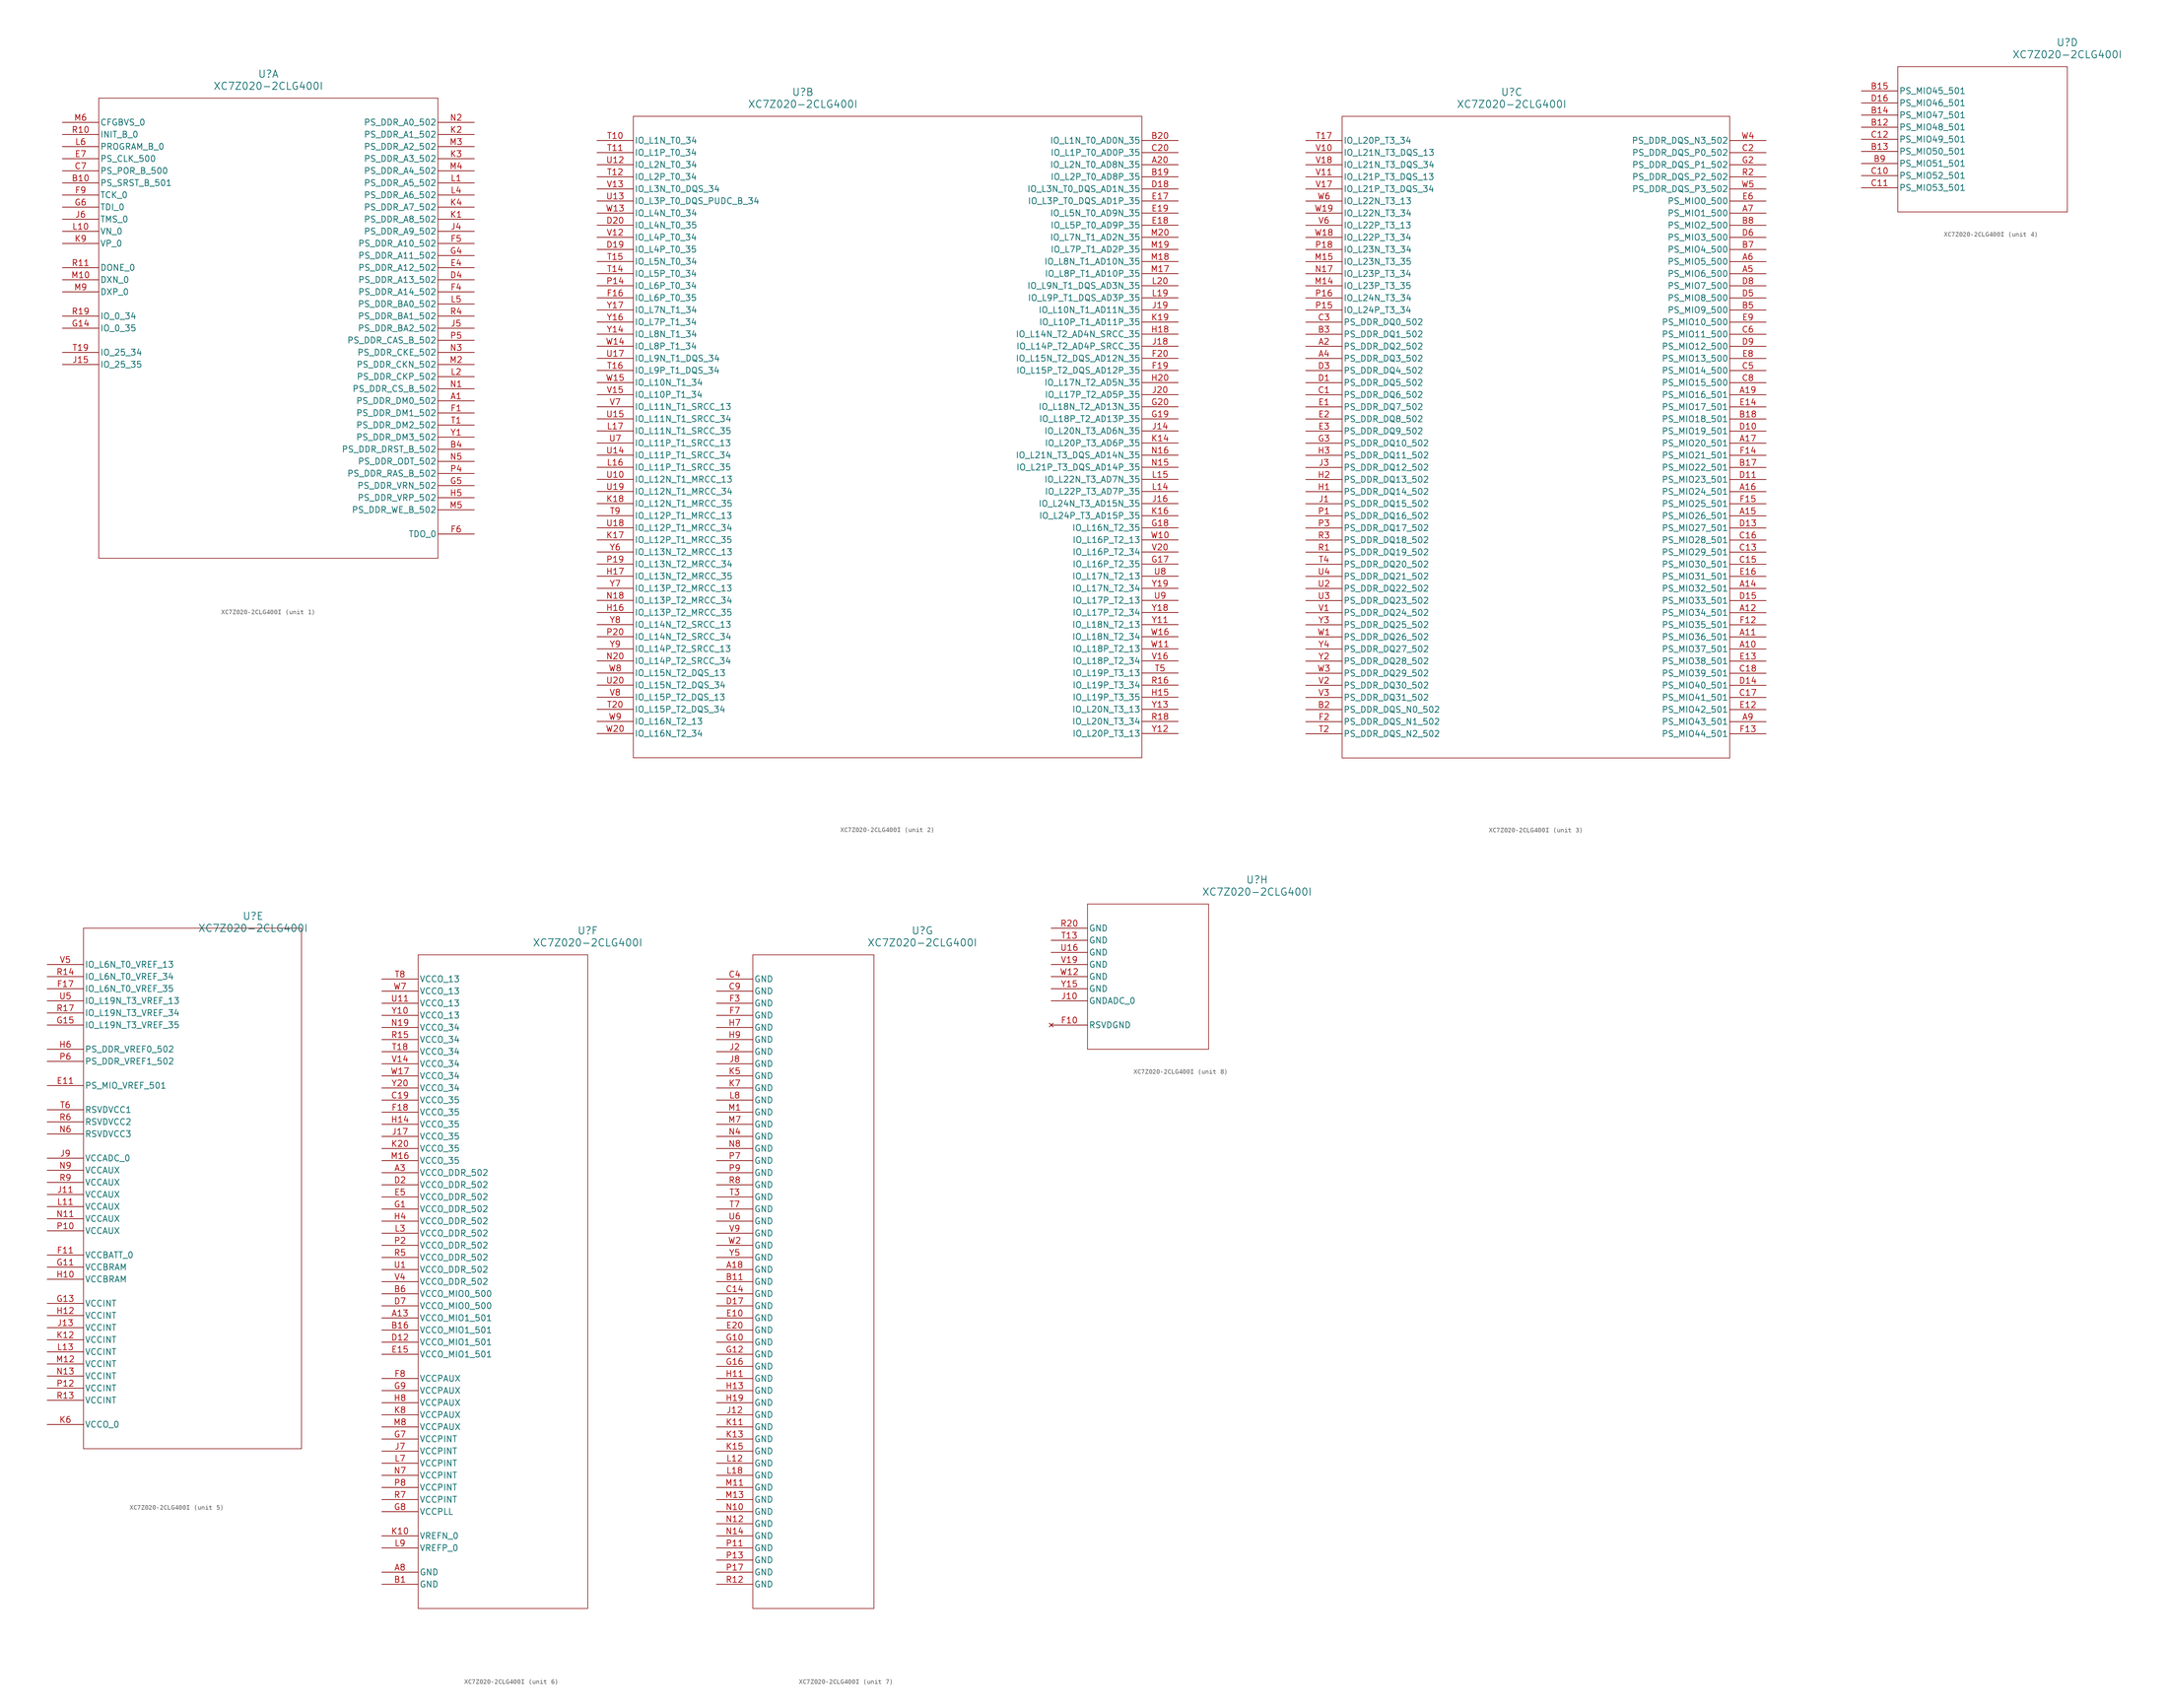
<source format=kicad_sym>
(kicad_symbol_lib
  (version 20211014)
  (generator kicad_symbol_editor)
  (symbol "XC7Z020-2CLG400I"
    (pin_names
      (offset 0.254))
    (property "Reference" "U"
      (at 43.18 10.16 0)
      (effects (font (size 1.524 1.524))))
    (property "Value" "XC7Z020-2CLG400I"
      (at 43.18 7.62 0)
      (effects (font (size 1.524 1.524))))
    (symbol "XC7Z020-2CLG400I_1_1"
      (polyline (pts (xy 7.62 5.08) (xy 7.62 -91.44)) (stroke (width 0.127) (type default) (color 0 0 0 0)) (fill (type none)))
      (polyline (pts (xy 7.62 -91.44) (xy 78.74 -91.44)) (stroke (width 0.127) (type default) (color 0 0 0 0)) (fill (type none)))
      (polyline (pts (xy 78.74 -91.44) (xy 78.74 5.08)) (stroke (width 0.127) (type default) (color 0 0 0 0)) (fill (type none)))
      (polyline (pts (xy 78.74 5.08) (xy 7.62 5.08)) (stroke (width 0.127) (type default) (color 0 0 0 0)) (fill (type none)))
      (pin output line (at 86.36 -58.42 180) (length 7.62) (name "PS_DDR_DM0_502" (effects (font (size 1.27 1.27)))) (number "A1" (effects (font (size 1.27 1.27)))))
      (pin output line (at 86.36 -68.58 180) (length 7.62) (name "PS_DDR_DRST_B_502" (effects (font (size 1.27 1.27)))) (number "B4" (effects (font (size 1.27 1.27)))))
      (pin input line (at 0 -10.16 0) (length 7.62) (name "PS_POR_B_500" (effects (font (size 1.27 1.27)))) (number "C7" (effects (font (size 1.27 1.27)))))
      (pin output line (at 86.36 -33.02 180) (length 7.62) (name "PS_DDR_A13_502" (effects (font (size 1.27 1.27)))) (number "D4" (effects (font (size 1.27 1.27)))))
      (pin output line (at 86.36 -30.48 180) (length 7.62) (name "PS_DDR_A12_502" (effects (font (size 1.27 1.27)))) (number "E4" (effects (font (size 1.27 1.27)))))
      (pin input line (at 0 -7.62 0) (length 7.62) (name "PS_CLK_500" (effects (font (size 1.27 1.27)))) (number "E7" (effects (font (size 1.27 1.27)))))
      (pin output line (at 86.36 -60.96 180) (length 7.62) (name "PS_DDR_DM1_502" (effects (font (size 1.27 1.27)))) (number "F1" (effects (font (size 1.27 1.27)))))
      (pin output line (at 86.36 -35.56 180) (length 7.62) (name "PS_DDR_A14_502" (effects (font (size 1.27 1.27)))) (number "F4" (effects (font (size 1.27 1.27)))))
      (pin output line (at 86.36 -25.4 180) (length 7.62) (name "PS_DDR_A10_502" (effects (font (size 1.27 1.27)))) (number "F5" (effects (font (size 1.27 1.27)))))
      (pin output line (at 86.36 -86.36 180) (length 7.62) (name "TDO_0" (effects (font (size 1.27 1.27)))) (number "F6" (effects (font (size 1.27 1.27)))))
      (pin input line (at 0 -15.24 0) (length 7.62) (name "TCK_0" (effects (font (size 1.27 1.27)))) (number "F9" (effects (font (size 1.27 1.27)))))
      (pin output line (at 86.36 -27.94 180) (length 7.62) (name "PS_DDR_A11_502" (effects (font (size 1.27 1.27)))) (number "G4" (effects (font (size 1.27 1.27)))))
      (pin output line (at 86.36 -76.2 180) (length 7.62) (name "PS_DDR_VRN_502" (effects (font (size 1.27 1.27)))) (number "G5" (effects (font (size 1.27 1.27)))))
      (pin input line (at 0 -17.78 0) (length 7.62) (name "TDI_0" (effects (font (size 1.27 1.27)))) (number "G6" (effects (font (size 1.27 1.27)))))
      (pin output line (at 86.36 -78.74 180) (length 7.62) (name "PS_DDR_VRP_502" (effects (font (size 1.27 1.27)))) (number "H5" (effects (font (size 1.27 1.27)))))
      (pin output line (at 86.36 -22.86 180) (length 7.62) (name "PS_DDR_A9_502" (effects (font (size 1.27 1.27)))) (number "J4" (effects (font (size 1.27 1.27)))))
      (pin output line (at 86.36 -43.18 180) (length 7.62) (name "PS_DDR_BA2_502" (effects (font (size 1.27 1.27)))) (number "J5" (effects (font (size 1.27 1.27)))))
      (pin input line (at 0 -20.32 0) (length 7.62) (name "TMS_0" (effects (font (size 1.27 1.27)))) (number "J6" (effects (font (size 1.27 1.27)))))
      (pin output line (at 86.36 -20.32 180) (length 7.62) (name "PS_DDR_A8_502" (effects (font (size 1.27 1.27)))) (number "K1" (effects (font (size 1.27 1.27)))))
      (pin output line (at 86.36 -2.54 180) (length 7.62) (name "PS_DDR_A1_502" (effects (font (size 1.27 1.27)))) (number "K2" (effects (font (size 1.27 1.27)))))
      (pin output line (at 86.36 -7.62 180) (length 7.62) (name "PS_DDR_A3_502" (effects (font (size 1.27 1.27)))) (number "K3" (effects (font (size 1.27 1.27)))))
      (pin output line (at 86.36 -17.78 180) (length 7.62) (name "PS_DDR_A7_502" (effects (font (size 1.27 1.27)))) (number "K4" (effects (font (size 1.27 1.27)))))
      (pin input line (at 0 -25.4 0) (length 7.62) (name "VP_0" (effects (font (size 1.27 1.27)))) (number "K9" (effects (font (size 1.27 1.27)))))
      (pin output line (at 86.36 -12.7 180) (length 7.62) (name "PS_DDR_A5_502" (effects (font (size 1.27 1.27)))) (number "L1" (effects (font (size 1.27 1.27)))))
      (pin output line (at 86.36 -53.34 180) (length 7.62) (name "PS_DDR_CKP_502" (effects (font (size 1.27 1.27)))) (number "L2" (effects (font (size 1.27 1.27)))))
      (pin output line (at 86.36 -15.24 180) (length 7.62) (name "PS_DDR_A6_502" (effects (font (size 1.27 1.27)))) (number "L4" (effects (font (size 1.27 1.27)))))
      (pin output line (at 86.36 -38.1 180) (length 7.62) (name "PS_DDR_BA0_502" (effects (font (size 1.27 1.27)))) (number "L5" (effects (font (size 1.27 1.27)))))
      (pin input line (at 0 -5.08 0) (length 7.62) (name "PROGRAM_B_0" (effects (font (size 1.27 1.27)))) (number "L6" (effects (font (size 1.27 1.27)))))
      (pin output line (at 86.36 -50.8 180) (length 7.62) (name "PS_DDR_CKN_502" (effects (font (size 1.27 1.27)))) (number "M2" (effects (font (size 1.27 1.27)))))
      (pin output line (at 86.36 -5.08 180) (length 7.62) (name "PS_DDR_A2_502" (effects (font (size 1.27 1.27)))) (number "M3" (effects (font (size 1.27 1.27)))))
      (pin output line (at 86.36 -10.16 180) (length 7.62) (name "PS_DDR_A4_502" (effects (font (size 1.27 1.27)))) (number "M4" (effects (font (size 1.27 1.27)))))
      (pin output line (at 86.36 -81.28 180) (length 7.62) (name "PS_DDR_WE_B_502" (effects (font (size 1.27 1.27)))) (number "M5" (effects (font (size 1.27 1.27)))))
      (pin input line (at 0 0 0) (length 7.62) (name "CFGBVS_0" (effects (font (size 1.27 1.27)))) (number "M6" (effects (font (size 1.27 1.27)))))
      (pin unspecified line (at 0 -35.56 0) (length 7.62) (name "DXP_0" (effects (font (size 1.27 1.27)))) (number "M9" (effects (font (size 1.27 1.27)))))
      (pin output line (at 86.36 -55.88 180) (length 7.62) (name "PS_DDR_CS_B_502" (effects (font (size 1.27 1.27)))) (number "N1" (effects (font (size 1.27 1.27)))))
      (pin output line (at 86.36 0 180) (length 7.62) (name "PS_DDR_A0_502" (effects (font (size 1.27 1.27)))) (number "N2" (effects (font (size 1.27 1.27)))))
      (pin output line (at 86.36 -48.26 180) (length 7.62) (name "PS_DDR_CKE_502" (effects (font (size 1.27 1.27)))) (number "N3" (effects (font (size 1.27 1.27)))))
      (pin output line (at 86.36 -71.12 180) (length 7.62) (name "PS_DDR_ODT_502" (effects (font (size 1.27 1.27)))) (number "N5" (effects (font (size 1.27 1.27)))))
      (pin output line (at 86.36 -73.66 180) (length 7.62) (name "PS_DDR_RAS_B_502" (effects (font (size 1.27 1.27)))) (number "P4" (effects (font (size 1.27 1.27)))))
      (pin output line (at 86.36 -45.72 180) (length 7.62) (name "PS_DDR_CAS_B_502" (effects (font (size 1.27 1.27)))) (number "P5" (effects (font (size 1.27 1.27)))))
      (pin output line (at 86.36 -40.64 180) (length 7.62) (name "PS_DDR_BA1_502" (effects (font (size 1.27 1.27)))) (number "R4" (effects (font (size 1.27 1.27)))))
      (pin output line (at 86.36 -63.5 180) (length 7.62) (name "PS_DDR_DM2_502" (effects (font (size 1.27 1.27)))) (number "T1" (effects (font (size 1.27 1.27)))))
      (pin output line (at 86.36 -66.04 180) (length 7.62) (name "PS_DDR_DM3_502" (effects (font (size 1.27 1.27)))) (number "Y1" (effects (font (size 1.27 1.27)))))
      (pin input line (at 0 -12.7 0) (length 7.62) (name "PS_SRST_B_501" (effects (font (size 1.27 1.27)))) (number "B10" (effects (font (size 1.27 1.27)))))
      (pin bidirectional line (at 0 -43.18 0) (length 7.62) (name "IO_0_35" (effects (font (size 1.27 1.27)))) (number "G14" (effects (font (size 1.27 1.27)))))
      (pin bidirectional line (at 0 -50.8 0) (length 7.62) (name "IO_25_35" (effects (font (size 1.27 1.27)))) (number "J15" (effects (font (size 1.27 1.27)))))
      (pin input line (at 0 -22.86 0) (length 7.62) (name "VN_0" (effects (font (size 1.27 1.27)))) (number "L10" (effects (font (size 1.27 1.27)))))
      (pin unspecified line (at 0 -33.02 0) (length 7.62) (name "DXN_0" (effects (font (size 1.27 1.27)))) (number "M10" (effects (font (size 1.27 1.27)))))
      (pin bidirectional line (at 0 -2.54 0) (length 7.62) (name "INIT_B_0" (effects (font (size 1.27 1.27)))) (number "R10" (effects (font (size 1.27 1.27)))))
      (pin bidirectional line (at 0 -30.48 0) (length 7.62) (name "DONE_0" (effects (font (size 1.27 1.27)))) (number "R11" (effects (font (size 1.27 1.27)))))
      (pin bidirectional line (at 0 -40.64 0) (length 7.62) (name "IO_0_34" (effects (font (size 1.27 1.27)))) (number "R19" (effects (font (size 1.27 1.27)))))
      (pin bidirectional line (at 0 -48.26 0) (length 7.62) (name "IO_25_34" (effects (font (size 1.27 1.27)))) (number "T19" (effects (font (size 1.27 1.27))))))
    (symbol "XC7Z020-2CLG400I_2_1"
      (polyline (pts (xy 7.62 5.08) (xy 7.62 -129.54)) (stroke (width 0.127) (type default) (color 0 0 0 0)) (fill (type none)))
      (polyline (pts (xy 7.62 -129.54) (xy 114.3 -129.54)) (stroke (width 0.127) (type default) (color 0 0 0 0)) (fill (type none)))
      (polyline (pts (xy 114.3 -129.54) (xy 114.3 5.08)) (stroke (width 0.127) (type default) (color 0 0 0 0)) (fill (type none)))
      (polyline (pts (xy 114.3 5.08) (xy 7.62 5.08)) (stroke (width 0.127) (type default) (color 0 0 0 0)) (fill (type none)))
      (pin bidirectional line (at 121.92 -111.76 180) (length 7.62) (name "IO_L19P_T3_13" (effects (font (size 1.27 1.27)))) (number "T5" (effects (font (size 1.27 1.27)))))
      (pin bidirectional line (at 0 -78.74 0) (length 7.62) (name "IO_L12P_T1_MRCC_13" (effects (font (size 1.27 1.27)))) (number "T9" (effects (font (size 1.27 1.27)))))
      (pin bidirectional line (at 0 -63.5 0) (length 7.62) (name "IO_L11P_T1_SRCC_13" (effects (font (size 1.27 1.27)))) (number "U7" (effects (font (size 1.27 1.27)))))
      (pin bidirectional line (at 121.92 -91.44 180) (length 7.62) (name "IO_L17N_T2_13" (effects (font (size 1.27 1.27)))) (number "U8" (effects (font (size 1.27 1.27)))))
      (pin bidirectional line (at 121.92 -96.52 180) (length 7.62) (name "IO_L17P_T2_13" (effects (font (size 1.27 1.27)))) (number "U9" (effects (font (size 1.27 1.27)))))
      (pin bidirectional line (at 0 -55.88 0) (length 7.62) (name "IO_L11N_T1_SRCC_13" (effects (font (size 1.27 1.27)))) (number "V7" (effects (font (size 1.27 1.27)))))
      (pin bidirectional line (at 0 -116.84 0) (length 7.62) (name "IO_L15P_T2_DQS_13" (effects (font (size 1.27 1.27)))) (number "V8" (effects (font (size 1.27 1.27)))))
      (pin bidirectional line (at 0 -111.76 0) (length 7.62) (name "IO_L15N_T2_DQS_13" (effects (font (size 1.27 1.27)))) (number "W8" (effects (font (size 1.27 1.27)))))
      (pin bidirectional line (at 0 -121.92 0) (length 7.62) (name "IO_L16N_T2_13" (effects (font (size 1.27 1.27)))) (number "W9" (effects (font (size 1.27 1.27)))))
      (pin bidirectional line (at 0 -86.36 0) (length 7.62) (name "IO_L13N_T2_MRCC_13" (effects (font (size 1.27 1.27)))) (number "Y6" (effects (font (size 1.27 1.27)))))
      (pin bidirectional line (at 0 -93.98 0) (length 7.62) (name "IO_L13P_T2_MRCC_13" (effects (font (size 1.27 1.27)))) (number "Y7" (effects (font (size 1.27 1.27)))))
      (pin bidirectional line (at 0 -101.6 0) (length 7.62) (name "IO_L14N_T2_SRCC_13" (effects (font (size 1.27 1.27)))) (number "Y8" (effects (font (size 1.27 1.27)))))
      (pin bidirectional line (at 0 -106.68 0) (length 7.62) (name "IO_L14P_T2_SRCC_13" (effects (font (size 1.27 1.27)))) (number "Y9" (effects (font (size 1.27 1.27)))))
      (pin bidirectional line (at 121.92 -5.08 180) (length 7.62) (name "IO_L2N_T0_AD8N_35" (effects (font (size 1.27 1.27)))) (number "A20" (effects (font (size 1.27 1.27)))))
      (pin bidirectional line (at 121.92 -7.62 180) (length 7.62) (name "IO_L2P_T0_AD8P_35" (effects (font (size 1.27 1.27)))) (number "B19" (effects (font (size 1.27 1.27)))))
      (pin bidirectional line (at 121.92 0 180) (length 7.62) (name "IO_L1N_T0_AD0N_35" (effects (font (size 1.27 1.27)))) (number "B20" (effects (font (size 1.27 1.27)))))
      (pin bidirectional line (at 121.92 -2.54 180) (length 7.62) (name "IO_L1P_T0_AD0P_35" (effects (font (size 1.27 1.27)))) (number "C20" (effects (font (size 1.27 1.27)))))
      (pin bidirectional line (at 121.92 -10.16 180) (length 7.62) (name "IO_L3N_T0_DQS_AD1N_35" (effects (font (size 1.27 1.27)))) (number "D18" (effects (font (size 1.27 1.27)))))
      (pin bidirectional line (at 0 -22.86 0) (length 7.62) (name "IO_L4P_T0_35" (effects (font (size 1.27 1.27)))) (number "D19" (effects (font (size 1.27 1.27)))))
      (pin bidirectional line (at 0 -17.78 0) (length 7.62) (name "IO_L4N_T0_35" (effects (font (size 1.27 1.27)))) (number "D20" (effects (font (size 1.27 1.27)))))
      (pin bidirectional line (at 121.92 -12.7 180) (length 7.62) (name "IO_L3P_T0_DQS_AD1P_35" (effects (font (size 1.27 1.27)))) (number "E17" (effects (font (size 1.27 1.27)))))
      (pin bidirectional line (at 121.92 -17.78 180) (length 7.62) (name "IO_L5P_T0_AD9P_35" (effects (font (size 1.27 1.27)))) (number "E18" (effects (font (size 1.27 1.27)))))
      (pin bidirectional line (at 121.92 -15.24 180) (length 7.62) (name "IO_L5N_T0_AD9N_35" (effects (font (size 1.27 1.27)))) (number "E19" (effects (font (size 1.27 1.27)))))
      (pin bidirectional line (at 0 -33.02 0) (length 7.62) (name "IO_L6P_T0_35" (effects (font (size 1.27 1.27)))) (number "F16" (effects (font (size 1.27 1.27)))))
      (pin bidirectional line (at 121.92 -48.26 180) (length 7.62) (name "IO_L15P_T2_DQS_AD12P_35" (effects (font (size 1.27 1.27)))) (number "F19" (effects (font (size 1.27 1.27)))))
      (pin bidirectional line (at 121.92 -45.72 180) (length 7.62) (name "IO_L15N_T2_DQS_AD12N_35" (effects (font (size 1.27 1.27)))) (number "F20" (effects (font (size 1.27 1.27)))))
      (pin bidirectional line (at 121.92 -88.9 180) (length 7.62) (name "IO_L16P_T2_35" (effects (font (size 1.27 1.27)))) (number "G17" (effects (font (size 1.27 1.27)))))
      (pin bidirectional line (at 121.92 -81.28 180) (length 7.62) (name "IO_L16N_T2_35" (effects (font (size 1.27 1.27)))) (number "G18" (effects (font (size 1.27 1.27)))))
      (pin bidirectional line (at 121.92 -58.42 180) (length 7.62) (name "IO_L18P_T2_AD13P_35" (effects (font (size 1.27 1.27)))) (number "G19" (effects (font (size 1.27 1.27)))))
      (pin bidirectional line (at 121.92 -55.88 180) (length 7.62) (name "IO_L18N_T2_AD13N_35" (effects (font (size 1.27 1.27)))) (number "G20" (effects (font (size 1.27 1.27)))))
      (pin bidirectional line (at 121.92 -116.84 180) (length 7.62) (name "IO_L19P_T3_35" (effects (font (size 1.27 1.27)))) (number "H15" (effects (font (size 1.27 1.27)))))
      (pin bidirectional line (at 0 -99.06 0) (length 7.62) (name "IO_L13P_T2_MRCC_35" (effects (font (size 1.27 1.27)))) (number "H16" (effects (font (size 1.27 1.27)))))
      (pin bidirectional line (at 0 -91.44 0) (length 7.62) (name "IO_L13N_T2_MRCC_35" (effects (font (size 1.27 1.27)))) (number "H17" (effects (font (size 1.27 1.27)))))
      (pin bidirectional line (at 121.92 -40.64 180) (length 7.62) (name "IO_L14N_T2_AD4N_SRCC_35" (effects (font (size 1.27 1.27)))) (number "H18" (effects (font (size 1.27 1.27)))))
      (pin bidirectional line (at 121.92 -50.8 180) (length 7.62) (name "IO_L17N_T2_AD5N_35" (effects (font (size 1.27 1.27)))) (number "H20" (effects (font (size 1.27 1.27)))))
      (pin bidirectional line (at 121.92 -60.96 180) (length 7.62) (name "IO_L20N_T3_AD6N_35" (effects (font (size 1.27 1.27)))) (number "J14" (effects (font (size 1.27 1.27)))))
      (pin bidirectional line (at 121.92 -76.2 180) (length 7.62) (name "IO_L24N_T3_AD15N_35" (effects (font (size 1.27 1.27)))) (number "J16" (effects (font (size 1.27 1.27)))))
      (pin bidirectional line (at 121.92 -43.18 180) (length 7.62) (name "IO_L14P_T2_AD4P_SRCC_35" (effects (font (size 1.27 1.27)))) (number "J18" (effects (font (size 1.27 1.27)))))
      (pin bidirectional line (at 121.92 -35.56 180) (length 7.62) (name "IO_L10N_T1_AD11N_35" (effects (font (size 1.27 1.27)))) (number "J19" (effects (font (size 1.27 1.27)))))
      (pin bidirectional line (at 121.92 -53.34 180) (length 7.62) (name "IO_L17P_T2_AD5P_35" (effects (font (size 1.27 1.27)))) (number "J20" (effects (font (size 1.27 1.27)))))
      (pin bidirectional line (at 121.92 -63.5 180) (length 7.62) (name "IO_L20P_T3_AD6P_35" (effects (font (size 1.27 1.27)))) (number "K14" (effects (font (size 1.27 1.27)))))
      (pin bidirectional line (at 121.92 -78.74 180) (length 7.62) (name "IO_L24P_T3_AD15P_35" (effects (font (size 1.27 1.27)))) (number "K16" (effects (font (size 1.27 1.27)))))
      (pin bidirectional line (at 0 -83.82 0) (length 7.62) (name "IO_L12P_T1_MRCC_35" (effects (font (size 1.27 1.27)))) (number "K17" (effects (font (size 1.27 1.27)))))
      (pin bidirectional line (at 0 -76.2 0) (length 7.62) (name "IO_L12N_T1_MRCC_35" (effects (font (size 1.27 1.27)))) (number "K18" (effects (font (size 1.27 1.27)))))
      (pin bidirectional line (at 121.92 -38.1 180) (length 7.62) (name "IO_L10P_T1_AD11P_35" (effects (font (size 1.27 1.27)))) (number "K19" (effects (font (size 1.27 1.27)))))
      (pin bidirectional line (at 121.92 -73.66 180) (length 7.62) (name "IO_L22P_T3_AD7P_35" (effects (font (size 1.27 1.27)))) (number "L14" (effects (font (size 1.27 1.27)))))
      (pin bidirectional line (at 121.92 -71.12 180) (length 7.62) (name "IO_L22N_T3_AD7N_35" (effects (font (size 1.27 1.27)))) (number "L15" (effects (font (size 1.27 1.27)))))
      (pin bidirectional line (at 0 -68.58 0) (length 7.62) (name "IO_L11P_T1_SRCC_35" (effects (font (size 1.27 1.27)))) (number "L16" (effects (font (size 1.27 1.27)))))
      (pin bidirectional line (at 0 -60.96 0) (length 7.62) (name "IO_L11N_T1_SRCC_35" (effects (font (size 1.27 1.27)))) (number "L17" (effects (font (size 1.27 1.27)))))
      (pin bidirectional line (at 121.92 -33.02 180) (length 7.62) (name "IO_L9P_T1_DQS_AD3P_35" (effects (font (size 1.27 1.27)))) (number "L19" (effects (font (size 1.27 1.27)))))
      (pin bidirectional line (at 121.92 -30.48 180) (length 7.62) (name "IO_L9N_T1_DQS_AD3N_35" (effects (font (size 1.27 1.27)))) (number "L20" (effects (font (size 1.27 1.27)))))
      (pin bidirectional line (at 121.92 -27.94 180) (length 7.62) (name "IO_L8P_T1_AD10P_35" (effects (font (size 1.27 1.27)))) (number "M17" (effects (font (size 1.27 1.27)))))
      (pin bidirectional line (at 121.92 -25.4 180) (length 7.62) (name "IO_L8N_T1_AD10N_35" (effects (font (size 1.27 1.27)))) (number "M18" (effects (font (size 1.27 1.27)))))
      (pin bidirectional line (at 121.92 -22.86 180) (length 7.62) (name "IO_L7P_T1_AD2P_35" (effects (font (size 1.27 1.27)))) (number "M19" (effects (font (size 1.27 1.27)))))
      (pin bidirectional line (at 121.92 -20.32 180) (length 7.62) (name "IO_L7N_T1_AD2N_35" (effects (font (size 1.27 1.27)))) (number "M20" (effects (font (size 1.27 1.27)))))
      (pin bidirectional line (at 121.92 -68.58 180) (length 7.62) (name "IO_L21P_T3_DQS_AD14P_35" (effects (font (size 1.27 1.27)))) (number "N15" (effects (font (size 1.27 1.27)))))
      (pin bidirectional line (at 121.92 -66.04 180) (length 7.62) (name "IO_L21N_T3_DQS_AD14N_35" (effects (font (size 1.27 1.27)))) (number "N16" (effects (font (size 1.27 1.27)))))
      (pin bidirectional line (at 0 -96.52 0) (length 7.62) (name "IO_L13P_T2_MRCC_34" (effects (font (size 1.27 1.27)))) (number "N18" (effects (font (size 1.27 1.27)))))
      (pin bidirectional line (at 0 -109.22 0) (length 7.62) (name "IO_L14P_T2_SRCC_34" (effects (font (size 1.27 1.27)))) (number "N20" (effects (font (size 1.27 1.27)))))
      (pin bidirectional line (at 0 -30.48 0) (length 7.62) (name "IO_L6P_T0_34" (effects (font (size 1.27 1.27)))) (number "P14" (effects (font (size 1.27 1.27)))))
      (pin bidirectional line (at 0 -88.9 0) (length 7.62) (name "IO_L13N_T2_MRCC_34" (effects (font (size 1.27 1.27)))) (number "P19" (effects (font (size 1.27 1.27)))))
      (pin bidirectional line (at 0 -104.14 0) (length 7.62) (name "IO_L14N_T2_SRCC_34" (effects (font (size 1.27 1.27)))) (number "P20" (effects (font (size 1.27 1.27)))))
      (pin bidirectional line (at 121.92 -114.3 180) (length 7.62) (name "IO_L19P_T3_34" (effects (font (size 1.27 1.27)))) (number "R16" (effects (font (size 1.27 1.27)))))
      (pin bidirectional line (at 121.92 -121.92 180) (length 7.62) (name "IO_L20N_T3_34" (effects (font (size 1.27 1.27)))) (number "R18" (effects (font (size 1.27 1.27)))))
      (pin bidirectional line (at 0 0 0) (length 7.62) (name "IO_L1N_T0_34" (effects (font (size 1.27 1.27)))) (number "T10" (effects (font (size 1.27 1.27)))))
      (pin bidirectional line (at 0 -2.54 0) (length 7.62) (name "IO_L1P_T0_34" (effects (font (size 1.27 1.27)))) (number "T11" (effects (font (size 1.27 1.27)))))
      (pin bidirectional line (at 0 -7.62 0) (length 7.62) (name "IO_L2P_T0_34" (effects (font (size 1.27 1.27)))) (number "T12" (effects (font (size 1.27 1.27)))))
      (pin bidirectional line (at 0 -27.94 0) (length 7.62) (name "IO_L5P_T0_34" (effects (font (size 1.27 1.27)))) (number "T14" (effects (font (size 1.27 1.27)))))
      (pin bidirectional line (at 0 -25.4 0) (length 7.62) (name "IO_L5N_T0_34" (effects (font (size 1.27 1.27)))) (number "T15" (effects (font (size 1.27 1.27)))))
      (pin bidirectional line (at 0 -48.26 0) (length 7.62) (name "IO_L9P_T1_DQS_34" (effects (font (size 1.27 1.27)))) (number "T16" (effects (font (size 1.27 1.27)))))
      (pin bidirectional line (at 0 -119.38 0) (length 7.62) (name "IO_L15P_T2_DQS_34" (effects (font (size 1.27 1.27)))) (number "T20" (effects (font (size 1.27 1.27)))))
      (pin bidirectional line (at 0 -71.12 0) (length 7.62) (name "IO_L12N_T1_MRCC_13" (effects (font (size 1.27 1.27)))) (number "U10" (effects (font (size 1.27 1.27)))))
      (pin bidirectional line (at 0 -5.08 0) (length 7.62) (name "IO_L2N_T0_34" (effects (font (size 1.27 1.27)))) (number "U12" (effects (font (size 1.27 1.27)))))
      (pin bidirectional line (at 0 -12.7 0) (length 7.62) (name "IO_L3P_T0_DQS_PUDC_B_34" (effects (font (size 1.27 1.27)))) (number "U13" (effects (font (size 1.27 1.27)))))
      (pin bidirectional line (at 0 -66.04 0) (length 7.62) (name "IO_L11P_T1_SRCC_34" (effects (font (size 1.27 1.27)))) (number "U14" (effects (font (size 1.27 1.27)))))
      (pin bidirectional line (at 0 -58.42 0) (length 7.62) (name "IO_L11N_T1_SRCC_34" (effects (font (size 1.27 1.27)))) (number "U15" (effects (font (size 1.27 1.27)))))
      (pin bidirectional line (at 0 -45.72 0) (length 7.62) (name "IO_L9N_T1_DQS_34" (effects (font (size 1.27 1.27)))) (number "U17" (effects (font (size 1.27 1.27)))))
      (pin bidirectional line (at 0 -81.28 0) (length 7.62) (name "IO_L12P_T1_MRCC_34" (effects (font (size 1.27 1.27)))) (number "U18" (effects (font (size 1.27 1.27)))))
      (pin bidirectional line (at 0 -73.66 0) (length 7.62) (name "IO_L12N_T1_MRCC_34" (effects (font (size 1.27 1.27)))) (number "U19" (effects (font (size 1.27 1.27)))))
      (pin bidirectional line (at 0 -114.3 0) (length 7.62) (name "IO_L15N_T2_DQS_34" (effects (font (size 1.27 1.27)))) (number "U20" (effects (font (size 1.27 1.27)))))
      (pin bidirectional line (at 0 -20.32 0) (length 7.62) (name "IO_L4P_T0_34" (effects (font (size 1.27 1.27)))) (number "V12" (effects (font (size 1.27 1.27)))))
      (pin bidirectional line (at 0 -10.16 0) (length 7.62) (name "IO_L3N_T0_DQS_34" (effects (font (size 1.27 1.27)))) (number "V13" (effects (font (size 1.27 1.27)))))
      (pin bidirectional line (at 0 -53.34 0) (length 7.62) (name "IO_L10P_T1_34" (effects (font (size 1.27 1.27)))) (number "V15" (effects (font (size 1.27 1.27)))))
      (pin bidirectional line (at 121.92 -109.22 180) (length 7.62) (name "IO_L18P_T2_34" (effects (font (size 1.27 1.27)))) (number "V16" (effects (font (size 1.27 1.27)))))
      (pin bidirectional line (at 121.92 -86.36 180) (length 7.62) (name "IO_L16P_T2_34" (effects (font (size 1.27 1.27)))) (number "V20" (effects (font (size 1.27 1.27)))))
      (pin bidirectional line (at 121.92 -83.82 180) (length 7.62) (name "IO_L16P_T2_13" (effects (font (size 1.27 1.27)))) (number "W10" (effects (font (size 1.27 1.27)))))
      (pin bidirectional line (at 121.92 -106.68 180) (length 7.62) (name "IO_L18P_T2_13" (effects (font (size 1.27 1.27)))) (number "W11" (effects (font (size 1.27 1.27)))))
      (pin bidirectional line (at 0 -15.24 0) (length 7.62) (name "IO_L4N_T0_34" (effects (font (size 1.27 1.27)))) (number "W13" (effects (font (size 1.27 1.27)))))
      (pin bidirectional line (at 0 -43.18 0) (length 7.62) (name "IO_L8P_T1_34" (effects (font (size 1.27 1.27)))) (number "W14" (effects (font (size 1.27 1.27)))))
      (pin bidirectional line (at 0 -50.8 0) (length 7.62) (name "IO_L10N_T1_34" (effects (font (size 1.27 1.27)))) (number "W15" (effects (font (size 1.27 1.27)))))
      (pin bidirectional line (at 121.92 -104.14 180) (length 7.62) (name "IO_L18N_T2_34" (effects (font (size 1.27 1.27)))) (number "W16" (effects (font (size 1.27 1.27)))))
      (pin bidirectional line (at 0 -124.46 0) (length 7.62) (name "IO_L16N_T2_34" (effects (font (size 1.27 1.27)))) (number "W20" (effects (font (size 1.27 1.27)))))
      (pin bidirectional line (at 121.92 -101.6 180) (length 7.62) (name "IO_L18N_T2_13" (effects (font (size 1.27 1.27)))) (number "Y11" (effects (font (size 1.27 1.27)))))
      (pin bidirectional line (at 121.92 -124.46 180) (length 7.62) (name "IO_L20P_T3_13" (effects (font (size 1.27 1.27)))) (number "Y12" (effects (font (size 1.27 1.27)))))
      (pin bidirectional line (at 121.92 -119.38 180) (length 7.62) (name "IO_L20N_T3_13" (effects (font (size 1.27 1.27)))) (number "Y13" (effects (font (size 1.27 1.27)))))
      (pin bidirectional line (at 0 -40.64 0) (length 7.62) (name "IO_L8N_T1_34" (effects (font (size 1.27 1.27)))) (number "Y14" (effects (font (size 1.27 1.27)))))
      (pin bidirectional line (at 0 -38.1 0) (length 7.62) (name "IO_L7P_T1_34" (effects (font (size 1.27 1.27)))) (number "Y16" (effects (font (size 1.27 1.27)))))
      (pin bidirectional line (at 0 -35.56 0) (length 7.62) (name "IO_L7N_T1_34" (effects (font (size 1.27 1.27)))) (number "Y17" (effects (font (size 1.27 1.27)))))
      (pin bidirectional line (at 121.92 -99.06 180) (length 7.62) (name "IO_L17P_T2_34" (effects (font (size 1.27 1.27)))) (number "Y18" (effects (font (size 1.27 1.27)))))
      (pin bidirectional line (at 121.92 -93.98 180) (length 7.62) (name "IO_L17N_T2_34" (effects (font (size 1.27 1.27)))) (number "Y19" (effects (font (size 1.27 1.27))))))
    (symbol "XC7Z020-2CLG400I_3_1"
      (polyline (pts (xy 7.62 5.08) (xy 7.62 -129.54)) (stroke (width 0.127) (type default) (color 0 0 0 0)) (fill (type none)))
      (polyline (pts (xy 7.62 -129.54) (xy 88.9 -129.54)) (stroke (width 0.127) (type default) (color 0 0 0 0)) (fill (type none)))
      (polyline (pts (xy 88.9 -129.54) (xy 88.9 5.08)) (stroke (width 0.127) (type default) (color 0 0 0 0)) (fill (type none)))
      (polyline (pts (xy 88.9 5.08) (xy 7.62 5.08)) (stroke (width 0.127) (type default) (color 0 0 0 0)) (fill (type none)))
      (pin bidirectional line (at 0 -43.18 0) (length 7.62) (name "PS_DDR_DQ2_502" (effects (font (size 1.27 1.27)))) (number "A2" (effects (font (size 1.27 1.27)))))
      (pin bidirectional line (at 0 -45.72 0) (length 7.62) (name "PS_DDR_DQ3_502" (effects (font (size 1.27 1.27)))) (number "A4" (effects (font (size 1.27 1.27)))))
      (pin bidirectional line (at 96.52 -27.94 180) (length 7.62) (name "PS_MIO6_500" (effects (font (size 1.27 1.27)))) (number "A5" (effects (font (size 1.27 1.27)))))
      (pin bidirectional line (at 96.52 -25.4 180) (length 7.62) (name "PS_MIO5_500" (effects (font (size 1.27 1.27)))) (number "A6" (effects (font (size 1.27 1.27)))))
      (pin bidirectional line (at 96.52 -15.24 180) (length 7.62) (name "PS_MIO1_500" (effects (font (size 1.27 1.27)))) (number "A7" (effects (font (size 1.27 1.27)))))
      (pin bidirectional line (at 96.52 -121.92 180) (length 7.62) (name "PS_MIO43_501" (effects (font (size 1.27 1.27)))) (number "A9" (effects (font (size 1.27 1.27)))))
      (pin bidirectional line (at 0 -119.38 0) (length 7.62) (name "PS_DDR_DQS_N0_502" (effects (font (size 1.27 1.27)))) (number "B2" (effects (font (size 1.27 1.27)))))
      (pin bidirectional line (at 0 -40.64 0) (length 7.62) (name "PS_DDR_DQ1_502" (effects (font (size 1.27 1.27)))) (number "B3" (effects (font (size 1.27 1.27)))))
      (pin bidirectional line (at 96.52 -35.56 180) (length 7.62) (name "PS_MIO9_500" (effects (font (size 1.27 1.27)))) (number "B5" (effects (font (size 1.27 1.27)))))
      (pin bidirectional line (at 96.52 -22.86 180) (length 7.62) (name "PS_MIO4_500" (effects (font (size 1.27 1.27)))) (number "B7" (effects (font (size 1.27 1.27)))))
      (pin bidirectional line (at 96.52 -17.78 180) (length 7.62) (name "PS_MIO2_500" (effects (font (size 1.27 1.27)))) (number "B8" (effects (font (size 1.27 1.27)))))
      (pin bidirectional line (at 0 -53.34 0) (length 7.62) (name "PS_DDR_DQ6_502" (effects (font (size 1.27 1.27)))) (number "C1" (effects (font (size 1.27 1.27)))))
      (pin bidirectional line (at 96.52 -2.54 180) (length 7.62) (name "PS_DDR_DQS_P0_502" (effects (font (size 1.27 1.27)))) (number "C2" (effects (font (size 1.27 1.27)))))
      (pin bidirectional line (at 0 -38.1 0) (length 7.62) (name "PS_DDR_DQ0_502" (effects (font (size 1.27 1.27)))) (number "C3" (effects (font (size 1.27 1.27)))))
      (pin bidirectional line (at 96.52 -48.26 180) (length 7.62) (name "PS_MIO14_500" (effects (font (size 1.27 1.27)))) (number "C5" (effects (font (size 1.27 1.27)))))
      (pin bidirectional line (at 96.52 -40.64 180) (length 7.62) (name "PS_MIO11_500" (effects (font (size 1.27 1.27)))) (number "C6" (effects (font (size 1.27 1.27)))))
      (pin bidirectional line (at 96.52 -50.8 180) (length 7.62) (name "PS_MIO15_500" (effects (font (size 1.27 1.27)))) (number "C8" (effects (font (size 1.27 1.27)))))
      (pin bidirectional line (at 0 -50.8 0) (length 7.62) (name "PS_DDR_DQ5_502" (effects (font (size 1.27 1.27)))) (number "D1" (effects (font (size 1.27 1.27)))))
      (pin bidirectional line (at 0 -48.26 0) (length 7.62) (name "PS_DDR_DQ4_502" (effects (font (size 1.27 1.27)))) (number "D3" (effects (font (size 1.27 1.27)))))
      (pin bidirectional line (at 96.52 -33.02 180) (length 7.62) (name "PS_MIO8_500" (effects (font (size 1.27 1.27)))) (number "D5" (effects (font (size 1.27 1.27)))))
      (pin bidirectional line (at 96.52 -20.32 180) (length 7.62) (name "PS_MIO3_500" (effects (font (size 1.27 1.27)))) (number "D6" (effects (font (size 1.27 1.27)))))
      (pin bidirectional line (at 96.52 -30.48 180) (length 7.62) (name "PS_MIO7_500" (effects (font (size 1.27 1.27)))) (number "D8" (effects (font (size 1.27 1.27)))))
      (pin bidirectional line (at 96.52 -43.18 180) (length 7.62) (name "PS_MIO12_500" (effects (font (size 1.27 1.27)))) (number "D9" (effects (font (size 1.27 1.27)))))
      (pin bidirectional line (at 0 -55.88 0) (length 7.62) (name "PS_DDR_DQ7_502" (effects (font (size 1.27 1.27)))) (number "E1" (effects (font (size 1.27 1.27)))))
      (pin bidirectional line (at 0 -58.42 0) (length 7.62) (name "PS_DDR_DQ8_502" (effects (font (size 1.27 1.27)))) (number "E2" (effects (font (size 1.27 1.27)))))
      (pin bidirectional line (at 0 -60.96 0) (length 7.62) (name "PS_DDR_DQ9_502" (effects (font (size 1.27 1.27)))) (number "E3" (effects (font (size 1.27 1.27)))))
      (pin bidirectional line (at 96.52 -12.7 180) (length 7.62) (name "PS_MIO0_500" (effects (font (size 1.27 1.27)))) (number "E6" (effects (font (size 1.27 1.27)))))
      (pin bidirectional line (at 96.52 -45.72 180) (length 7.62) (name "PS_MIO13_500" (effects (font (size 1.27 1.27)))) (number "E8" (effects (font (size 1.27 1.27)))))
      (pin bidirectional line (at 96.52 -38.1 180) (length 7.62) (name "PS_MIO10_500" (effects (font (size 1.27 1.27)))) (number "E9" (effects (font (size 1.27 1.27)))))
      (pin bidirectional line (at 0 -121.92 0) (length 7.62) (name "PS_DDR_DQS_N1_502" (effects (font (size 1.27 1.27)))) (number "F2" (effects (font (size 1.27 1.27)))))
      (pin bidirectional line (at 96.52 -5.08 180) (length 7.62) (name "PS_DDR_DQS_P1_502" (effects (font (size 1.27 1.27)))) (number "G2" (effects (font (size 1.27 1.27)))))
      (pin bidirectional line (at 0 -63.5 0) (length 7.62) (name "PS_DDR_DQ10_502" (effects (font (size 1.27 1.27)))) (number "G3" (effects (font (size 1.27 1.27)))))
      (pin bidirectional line (at 0 -73.66 0) (length 7.62) (name "PS_DDR_DQ14_502" (effects (font (size 1.27 1.27)))) (number "H1" (effects (font (size 1.27 1.27)))))
      (pin bidirectional line (at 0 -71.12 0) (length 7.62) (name "PS_DDR_DQ13_502" (effects (font (size 1.27 1.27)))) (number "H2" (effects (font (size 1.27 1.27)))))
      (pin bidirectional line (at 0 -66.04 0) (length 7.62) (name "PS_DDR_DQ11_502" (effects (font (size 1.27 1.27)))) (number "H3" (effects (font (size 1.27 1.27)))))
      (pin bidirectional line (at 0 -76.2 0) (length 7.62) (name "PS_DDR_DQ15_502" (effects (font (size 1.27 1.27)))) (number "J1" (effects (font (size 1.27 1.27)))))
      (pin bidirectional line (at 0 -68.58 0) (length 7.62) (name "PS_DDR_DQ12_502" (effects (font (size 1.27 1.27)))) (number "J3" (effects (font (size 1.27 1.27)))))
      (pin bidirectional line (at 0 -78.74 0) (length 7.62) (name "PS_DDR_DQ16_502" (effects (font (size 1.27 1.27)))) (number "P1" (effects (font (size 1.27 1.27)))))
      (pin bidirectional line (at 0 -81.28 0) (length 7.62) (name "PS_DDR_DQ17_502" (effects (font (size 1.27 1.27)))) (number "P3" (effects (font (size 1.27 1.27)))))
      (pin bidirectional line (at 0 -86.36 0) (length 7.62) (name "PS_DDR_DQ19_502" (effects (font (size 1.27 1.27)))) (number "R1" (effects (font (size 1.27 1.27)))))
      (pin bidirectional line (at 96.52 -7.62 180) (length 7.62) (name "PS_DDR_DQS_P2_502" (effects (font (size 1.27 1.27)))) (number "R2" (effects (font (size 1.27 1.27)))))
      (pin bidirectional line (at 0 -83.82 0) (length 7.62) (name "PS_DDR_DQ18_502" (effects (font (size 1.27 1.27)))) (number "R3" (effects (font (size 1.27 1.27)))))
      (pin bidirectional line (at 0 -124.46 0) (length 7.62) (name "PS_DDR_DQS_N2_502" (effects (font (size 1.27 1.27)))) (number "T2" (effects (font (size 1.27 1.27)))))
      (pin bidirectional line (at 0 -88.9 0) (length 7.62) (name "PS_DDR_DQ20_502" (effects (font (size 1.27 1.27)))) (number "T4" (effects (font (size 1.27 1.27)))))
      (pin bidirectional line (at 0 -93.98 0) (length 7.62) (name "PS_DDR_DQ22_502" (effects (font (size 1.27 1.27)))) (number "U2" (effects (font (size 1.27 1.27)))))
      (pin bidirectional line (at 0 -96.52 0) (length 7.62) (name "PS_DDR_DQ23_502" (effects (font (size 1.27 1.27)))) (number "U3" (effects (font (size 1.27 1.27)))))
      (pin bidirectional line (at 0 -91.44 0) (length 7.62) (name "PS_DDR_DQ21_502" (effects (font (size 1.27 1.27)))) (number "U4" (effects (font (size 1.27 1.27)))))
      (pin bidirectional line (at 0 -99.06 0) (length 7.62) (name "PS_DDR_DQ24_502" (effects (font (size 1.27 1.27)))) (number "V1" (effects (font (size 1.27 1.27)))))
      (pin bidirectional line (at 0 -114.3 0) (length 7.62) (name "PS_DDR_DQ30_502" (effects (font (size 1.27 1.27)))) (number "V2" (effects (font (size 1.27 1.27)))))
      (pin bidirectional line (at 0 -116.84 0) (length 7.62) (name "PS_DDR_DQ31_502" (effects (font (size 1.27 1.27)))) (number "V3" (effects (font (size 1.27 1.27)))))
      (pin bidirectional line (at 0 -17.78 0) (length 7.62) (name "IO_L22P_T3_13" (effects (font (size 1.27 1.27)))) (number "V6" (effects (font (size 1.27 1.27)))))
      (pin bidirectional line (at 0 -104.14 0) (length 7.62) (name "PS_DDR_DQ26_502" (effects (font (size 1.27 1.27)))) (number "W1" (effects (font (size 1.27 1.27)))))
      (pin bidirectional line (at 0 -111.76 0) (length 7.62) (name "PS_DDR_DQ29_502" (effects (font (size 1.27 1.27)))) (number "W3" (effects (font (size 1.27 1.27)))))
      (pin bidirectional line (at 96.52 0 180) (length 7.62) (name "PS_DDR_DQS_N3_502" (effects (font (size 1.27 1.27)))) (number "W4" (effects (font (size 1.27 1.27)))))
      (pin bidirectional line (at 96.52 -10.16 180) (length 7.62) (name "PS_DDR_DQS_P3_502" (effects (font (size 1.27 1.27)))) (number "W5" (effects (font (size 1.27 1.27)))))
      (pin bidirectional line (at 0 -12.7 0) (length 7.62) (name "IO_L22N_T3_13" (effects (font (size 1.27 1.27)))) (number "W6" (effects (font (size 1.27 1.27)))))
      (pin bidirectional line (at 0 -109.22 0) (length 7.62) (name "PS_DDR_DQ28_502" (effects (font (size 1.27 1.27)))) (number "Y2" (effects (font (size 1.27 1.27)))))
      (pin bidirectional line (at 0 -101.6 0) (length 7.62) (name "PS_DDR_DQ25_502" (effects (font (size 1.27 1.27)))) (number "Y3" (effects (font (size 1.27 1.27)))))
      (pin bidirectional line (at 0 -106.68 0) (length 7.62) (name "PS_DDR_DQ27_502" (effects (font (size 1.27 1.27)))) (number "Y4" (effects (font (size 1.27 1.27)))))
      (pin bidirectional line (at 96.52 -106.68 180) (length 7.62) (name "PS_MIO37_501" (effects (font (size 1.27 1.27)))) (number "A10" (effects (font (size 1.27 1.27)))))
      (pin bidirectional line (at 96.52 -104.14 180) (length 7.62) (name "PS_MIO36_501" (effects (font (size 1.27 1.27)))) (number "A11" (effects (font (size 1.27 1.27)))))
      (pin bidirectional line (at 96.52 -99.06 180) (length 7.62) (name "PS_MIO34_501" (effects (font (size 1.27 1.27)))) (number "A12" (effects (font (size 1.27 1.27)))))
      (pin bidirectional line (at 96.52 -93.98 180) (length 7.62) (name "PS_MIO32_501" (effects (font (size 1.27 1.27)))) (number "A14" (effects (font (size 1.27 1.27)))))
      (pin bidirectional line (at 96.52 -78.74 180) (length 7.62) (name "PS_MIO26_501" (effects (font (size 1.27 1.27)))) (number "A15" (effects (font (size 1.27 1.27)))))
      (pin bidirectional line (at 96.52 -73.66 180) (length 7.62) (name "PS_MIO24_501" (effects (font (size 1.27 1.27)))) (number "A16" (effects (font (size 1.27 1.27)))))
      (pin bidirectional line (at 96.52 -63.5 180) (length 7.62) (name "PS_MIO20_501" (effects (font (size 1.27 1.27)))) (number "A17" (effects (font (size 1.27 1.27)))))
      (pin bidirectional line (at 96.52 -53.34 180) (length 7.62) (name "PS_MIO16_501" (effects (font (size 1.27 1.27)))) (number "A19" (effects (font (size 1.27 1.27)))))
      (pin bidirectional line (at 96.52 -68.58 180) (length 7.62) (name "PS_MIO22_501" (effects (font (size 1.27 1.27)))) (number "B17" (effects (font (size 1.27 1.27)))))
      (pin bidirectional line (at 96.52 -58.42 180) (length 7.62) (name "PS_MIO18_501" (effects (font (size 1.27 1.27)))) (number "B18" (effects (font (size 1.27 1.27)))))
      (pin bidirectional line (at 96.52 -86.36 180) (length 7.62) (name "PS_MIO29_501" (effects (font (size 1.27 1.27)))) (number "C13" (effects (font (size 1.27 1.27)))))
      (pin bidirectional line (at 96.52 -88.9 180) (length 7.62) (name "PS_MIO30_501" (effects (font (size 1.27 1.27)))) (number "C15" (effects (font (size 1.27 1.27)))))
      (pin bidirectional line (at 96.52 -83.82 180) (length 7.62) (name "PS_MIO28_501" (effects (font (size 1.27 1.27)))) (number "C16" (effects (font (size 1.27 1.27)))))
      (pin bidirectional line (at 96.52 -116.84 180) (length 7.62) (name "PS_MIO41_501" (effects (font (size 1.27 1.27)))) (number "C17" (effects (font (size 1.27 1.27)))))
      (pin bidirectional line (at 96.52 -111.76 180) (length 7.62) (name "PS_MIO39_501" (effects (font (size 1.27 1.27)))) (number "C18" (effects (font (size 1.27 1.27)))))
      (pin bidirectional line (at 96.52 -60.96 180) (length 7.62) (name "PS_MIO19_501" (effects (font (size 1.27 1.27)))) (number "D10" (effects (font (size 1.27 1.27)))))
      (pin bidirectional line (at 96.52 -71.12 180) (length 7.62) (name "PS_MIO23_501" (effects (font (size 1.27 1.27)))) (number "D11" (effects (font (size 1.27 1.27)))))
      (pin bidirectional line (at 96.52 -81.28 180) (length 7.62) (name "PS_MIO27_501" (effects (font (size 1.27 1.27)))) (number "D13" (effects (font (size 1.27 1.27)))))
      (pin bidirectional line (at 96.52 -114.3 180) (length 7.62) (name "PS_MIO40_501" (effects (font (size 1.27 1.27)))) (number "D14" (effects (font (size 1.27 1.27)))))
      (pin bidirectional line (at 96.52 -96.52 180) (length 7.62) (name "PS_MIO33_501" (effects (font (size 1.27 1.27)))) (number "D15" (effects (font (size 1.27 1.27)))))
      (pin bidirectional line (at 96.52 -119.38 180) (length 7.62) (name "PS_MIO42_501" (effects (font (size 1.27 1.27)))) (number "E12" (effects (font (size 1.27 1.27)))))
      (pin bidirectional line (at 96.52 -109.22 180) (length 7.62) (name "PS_MIO38_501" (effects (font (size 1.27 1.27)))) (number "E13" (effects (font (size 1.27 1.27)))))
      (pin bidirectional line (at 96.52 -55.88 180) (length 7.62) (name "PS_MIO17_501" (effects (font (size 1.27 1.27)))) (number "E14" (effects (font (size 1.27 1.27)))))
      (pin bidirectional line (at 96.52 -91.44 180) (length 7.62) (name "PS_MIO31_501" (effects (font (size 1.27 1.27)))) (number "E16" (effects (font (size 1.27 1.27)))))
      (pin bidirectional line (at 96.52 -101.6 180) (length 7.62) (name "PS_MIO35_501" (effects (font (size 1.27 1.27)))) (number "F12" (effects (font (size 1.27 1.27)))))
      (pin bidirectional line (at 96.52 -124.46 180) (length 7.62) (name "PS_MIO44_501" (effects (font (size 1.27 1.27)))) (number "F13" (effects (font (size 1.27 1.27)))))
      (pin bidirectional line (at 96.52 -66.04 180) (length 7.62) (name "PS_MIO21_501" (effects (font (size 1.27 1.27)))) (number "F14" (effects (font (size 1.27 1.27)))))
      (pin bidirectional line (at 96.52 -76.2 180) (length 7.62) (name "PS_MIO25_501" (effects (font (size 1.27 1.27)))) (number "F15" (effects (font (size 1.27 1.27)))))
      (pin bidirectional line (at 0 -30.48 0) (length 7.62) (name "IO_L23P_T3_35" (effects (font (size 1.27 1.27)))) (number "M14" (effects (font (size 1.27 1.27)))))
      (pin bidirectional line (at 0 -25.4 0) (length 7.62) (name "IO_L23N_T3_35" (effects (font (size 1.27 1.27)))) (number "M15" (effects (font (size 1.27 1.27)))))
      (pin bidirectional line (at 0 -27.94 0) (length 7.62) (name "IO_L23P_T3_34" (effects (font (size 1.27 1.27)))) (number "N17" (effects (font (size 1.27 1.27)))))
      (pin bidirectional line (at 0 -35.56 0) (length 7.62) (name "IO_L24P_T3_34" (effects (font (size 1.27 1.27)))) (number "P15" (effects (font (size 1.27 1.27)))))
      (pin bidirectional line (at 0 -33.02 0) (length 7.62) (name "IO_L24N_T3_34" (effects (font (size 1.27 1.27)))) (number "P16" (effects (font (size 1.27 1.27)))))
      (pin bidirectional line (at 0 -22.86 0) (length 7.62) (name "IO_L23N_T3_34" (effects (font (size 1.27 1.27)))) (number "P18" (effects (font (size 1.27 1.27)))))
      (pin bidirectional line (at 0 0 0) (length 7.62) (name "IO_L20P_T3_34" (effects (font (size 1.27 1.27)))) (number "T17" (effects (font (size 1.27 1.27)))))
      (pin bidirectional line (at 0 -2.54 0) (length 7.62) (name "IO_L21N_T3_DQS_13" (effects (font (size 1.27 1.27)))) (number "V10" (effects (font (size 1.27 1.27)))))
      (pin bidirectional line (at 0 -7.62 0) (length 7.62) (name "IO_L21P_T3_DQS_13" (effects (font (size 1.27 1.27)))) (number "V11" (effects (font (size 1.27 1.27)))))
      (pin bidirectional line (at 0 -10.16 0) (length 7.62) (name "IO_L21P_T3_DQS_34" (effects (font (size 1.27 1.27)))) (number "V17" (effects (font (size 1.27 1.27)))))
      (pin bidirectional line (at 0 -5.08 0) (length 7.62) (name "IO_L21N_T3_DQS_34" (effects (font (size 1.27 1.27)))) (number "V18" (effects (font (size 1.27 1.27)))))
      (pin bidirectional line (at 0 -20.32 0) (length 7.62) (name "IO_L22P_T3_34" (effects (font (size 1.27 1.27)))) (number "W18" (effects (font (size 1.27 1.27)))))
      (pin bidirectional line (at 0 -15.24 0) (length 7.62) (name "IO_L22N_T3_34" (effects (font (size 1.27 1.27)))) (number "W19" (effects (font (size 1.27 1.27))))))
    (symbol "XC7Z020-2CLG400I_4_1"
      (polyline (pts (xy 7.62 5.08) (xy 7.62 -25.4)) (stroke (width 0.127) (type default) (color 0 0 0 0)) (fill (type none)))
      (polyline (pts (xy 7.62 -25.4) (xy 43.18 -25.4)) (stroke (width 0.127) (type default) (color 0 0 0 0)) (fill (type none)))
      (polyline (pts (xy 43.18 -25.4) (xy 43.18 5.08)) (stroke (width 0.127) (type default) (color 0 0 0 0)) (fill (type none)))
      (polyline (pts (xy 43.18 5.08) (xy 7.62 5.08)) (stroke (width 0.127) (type default) (color 0 0 0 0)) (fill (type none)))
      (pin bidirectional line (at 0 -15.24 0) (length 7.62) (name "PS_MIO51_501" (effects (font (size 1.27 1.27)))) (number "B9" (effects (font (size 1.27 1.27)))))
      (pin bidirectional line (at 0 -7.62 0) (length 7.62) (name "PS_MIO48_501" (effects (font (size 1.27 1.27)))) (number "B12" (effects (font (size 1.27 1.27)))))
      (pin bidirectional line (at 0 -12.7 0) (length 7.62) (name "PS_MIO50_501" (effects (font (size 1.27 1.27)))) (number "B13" (effects (font (size 1.27 1.27)))))
      (pin bidirectional line (at 0 -5.08 0) (length 7.62) (name "PS_MIO47_501" (effects (font (size 1.27 1.27)))) (number "B14" (effects (font (size 1.27 1.27)))))
      (pin bidirectional line (at 0 0 0) (length 7.62) (name "PS_MIO45_501" (effects (font (size 1.27 1.27)))) (number "B15" (effects (font (size 1.27 1.27)))))
      (pin bidirectional line (at 0 -17.78 0) (length 7.62) (name "PS_MIO52_501" (effects (font (size 1.27 1.27)))) (number "C10" (effects (font (size 1.27 1.27)))))
      (pin bidirectional line (at 0 -20.32 0) (length 7.62) (name "PS_MIO53_501" (effects (font (size 1.27 1.27)))) (number "C11" (effects (font (size 1.27 1.27)))))
      (pin bidirectional line (at 0 -10.16 0) (length 7.62) (name "PS_MIO49_501" (effects (font (size 1.27 1.27)))) (number "C12" (effects (font (size 1.27 1.27)))))
      (pin bidirectional line (at 0 -2.54 0) (length 7.62) (name "PS_MIO46_501" (effects (font (size 1.27 1.27)))) (number "D16" (effects (font (size 1.27 1.27))))))
    (symbol "XC7Z020-2CLG400I_5_1"
      (polyline (pts (xy 7.62 7.62) (xy 7.62 -101.6)) (stroke (width 0.127) (type default) (color 0 0 0 0)) (fill (type none)))
      (polyline (pts (xy 7.62 -101.6) (xy 53.34 -101.6)) (stroke (width 0.127) (type default) (color 0 0 0 0)) (fill (type none)))
      (polyline (pts (xy 53.34 -101.6) (xy 53.34 7.62)) (stroke (width 0.127) (type default) (color 0 0 0 0)) (fill (type none)))
      (polyline (pts (xy 53.34 7.62) (xy 7.62 7.62)) (stroke (width 0.127) (type default) (color 0 0 0 0)) (fill (type none)))
      (pin power_in line (at 0 -17.78 0) (length 7.62) (name "PS_DDR_VREF0_502" (effects (font (size 1.27 1.27)))) (number "H6" (effects (font (size 1.27 1.27)))))
      (pin power_in line (at 0 -40.64 0) (length 7.62) (name "VCCADC_0" (effects (font (size 1.27 1.27)))) (number "J9" (effects (font (size 1.27 1.27)))))
      (pin power_in line (at 0 -96.52 0) (length 7.62) (name "VCCO_0" (effects (font (size 1.27 1.27)))) (number "K6" (effects (font (size 1.27 1.27)))))
      (pin power_in line (at 0 -35.56 0) (length 7.62) (name "RSVDVCC3" (effects (font (size 1.27 1.27)))) (number "N6" (effects (font (size 1.27 1.27)))))
      (pin power_in line (at 0 -43.18 0) (length 7.62) (name "VCCAUX" (effects (font (size 1.27 1.27)))) (number "N9" (effects (font (size 1.27 1.27)))))
      (pin power_in line (at 0 -20.32 0) (length 7.62) (name "PS_DDR_VREF1_502" (effects (font (size 1.27 1.27)))) (number "P6" (effects (font (size 1.27 1.27)))))
      (pin power_in line (at 0 -33.02 0) (length 7.62) (name "RSVDVCC2" (effects (font (size 1.27 1.27)))) (number "R6" (effects (font (size 1.27 1.27)))))
      (pin power_in line (at 0 -45.72 0) (length 7.62) (name "VCCAUX" (effects (font (size 1.27 1.27)))) (number "R9" (effects (font (size 1.27 1.27)))))
      (pin power_in line (at 0 -30.48 0) (length 7.62) (name "RSVDVCC1" (effects (font (size 1.27 1.27)))) (number "T6" (effects (font (size 1.27 1.27)))))
      (pin bidirectional line (at 0 -7.62 0) (length 7.62) (name "IO_L19N_T3_VREF_13" (effects (font (size 1.27 1.27)))) (number "U5" (effects (font (size 1.27 1.27)))))
      (pin power_in line (at 0 0 0) (length 7.62) (name "IO_L6N_T0_VREF_13" (effects (font (size 1.27 1.27)))) (number "V5" (effects (font (size 1.27 1.27)))))
      (pin power_in line (at 0 -25.4 0) (length 7.62) (name "PS_MIO_VREF_501" (effects (font (size 1.27 1.27)))) (number "E11" (effects (font (size 1.27 1.27)))))
      (pin power_in line (at 0 -60.96 0) (length 7.62) (name "VCCBATT_0" (effects (font (size 1.27 1.27)))) (number "F11" (effects (font (size 1.27 1.27)))))
      (pin power_in line (at 0 -5.08 0) (length 7.62) (name "IO_L6N_T0_VREF_35" (effects (font (size 1.27 1.27)))) (number "F17" (effects (font (size 1.27 1.27)))))
      (pin power_in line (at 0 -63.5 0) (length 7.62) (name "VCCBRAM" (effects (font (size 1.27 1.27)))) (number "G11" (effects (font (size 1.27 1.27)))))
      (pin power_in line (at 0 -71.12 0) (length 7.62) (name "VCCINT" (effects (font (size 1.27 1.27)))) (number "G13" (effects (font (size 1.27 1.27)))))
      (pin bidirectional line (at 0 -12.7 0) (length 7.62) (name "IO_L19N_T3_VREF_35" (effects (font (size 1.27 1.27)))) (number "G15" (effects (font (size 1.27 1.27)))))
      (pin power_in line (at 0 -66.04 0) (length 7.62) (name "VCCBRAM" (effects (font (size 1.27 1.27)))) (number "H10" (effects (font (size 1.27 1.27)))))
      (pin power_in line (at 0 -73.66 0) (length 7.62) (name "VCCINT" (effects (font (size 1.27 1.27)))) (number "H12" (effects (font (size 1.27 1.27)))))
      (pin power_in line (at 0 -48.26 0) (length 7.62) (name "VCCAUX" (effects (font (size 1.27 1.27)))) (number "J11" (effects (font (size 1.27 1.27)))))
      (pin power_in line (at 0 -76.2 0) (length 7.62) (name "VCCINT" (effects (font (size 1.27 1.27)))) (number "J13" (effects (font (size 1.27 1.27)))))
      (pin power_in line (at 0 -78.74 0) (length 7.62) (name "VCCINT" (effects (font (size 1.27 1.27)))) (number "K12" (effects (font (size 1.27 1.27)))))
      (pin power_in line (at 0 -50.8 0) (length 7.62) (name "VCCAUX" (effects (font (size 1.27 1.27)))) (number "L11" (effects (font (size 1.27 1.27)))))
      (pin power_in line (at 0 -81.28 0) (length 7.62) (name "VCCINT" (effects (font (size 1.27 1.27)))) (number "L13" (effects (font (size 1.27 1.27)))))
      (pin power_in line (at 0 -83.82 0) (length 7.62) (name "VCCINT" (effects (font (size 1.27 1.27)))) (number "M12" (effects (font (size 1.27 1.27)))))
      (pin power_in line (at 0 -53.34 0) (length 7.62) (name "VCCAUX" (effects (font (size 1.27 1.27)))) (number "N11" (effects (font (size 1.27 1.27)))))
      (pin power_in line (at 0 -86.36 0) (length 7.62) (name "VCCINT" (effects (font (size 1.27 1.27)))) (number "N13" (effects (font (size 1.27 1.27)))))
      (pin power_in line (at 0 -55.88 0) (length 7.62) (name "VCCAUX" (effects (font (size 1.27 1.27)))) (number "P10" (effects (font (size 1.27 1.27)))))
      (pin power_in line (at 0 -88.9 0) (length 7.62) (name "VCCINT" (effects (font (size 1.27 1.27)))) (number "P12" (effects (font (size 1.27 1.27)))))
      (pin power_in line (at 0 -91.44 0) (length 7.62) (name "VCCINT" (effects (font (size 1.27 1.27)))) (number "R13" (effects (font (size 1.27 1.27)))))
      (pin power_in line (at 0 -2.54 0) (length 7.62) (name "IO_L6N_T0_VREF_34" (effects (font (size 1.27 1.27)))) (number "R14" (effects (font (size 1.27 1.27)))))
      (pin bidirectional line (at 0 -10.16 0) (length 7.62) (name "IO_L19N_T3_VREF_34" (effects (font (size 1.27 1.27)))) (number "R17" (effects (font (size 1.27 1.27))))))
    (symbol "XC7Z020-2CLG400I_6_1"
      (polyline (pts (xy 7.62 5.08) (xy 7.62 -132.08)) (stroke (width 0.127) (type default) (color 0 0 0 0)) (fill (type none)))
      (polyline (pts (xy 7.62 -132.08) (xy 43.18 -132.08)) (stroke (width 0.127) (type default) (color 0 0 0 0)) (fill (type none)))
      (polyline (pts (xy 43.18 -132.08) (xy 43.18 5.08)) (stroke (width 0.127) (type default) (color 0 0 0 0)) (fill (type none)))
      (polyline (pts (xy 43.18 5.08) (xy 7.62 5.08)) (stroke (width 0.127) (type default) (color 0 0 0 0)) (fill (type none)))
      (pin power_in line (at 0 -40.64 0) (length 7.62) (name "VCCO_DDR_502" (effects (font (size 1.27 1.27)))) (number "A3" (effects (font (size 1.27 1.27)))))
      (pin power_out line (at 0 -124.46 0) (length 7.62) (name "GND" (effects (font (size 1.27 1.27)))) (number "A8" (effects (font (size 1.27 1.27)))))
      (pin power_out line (at 0 -127 0) (length 7.62) (name "GND" (effects (font (size 1.27 1.27)))) (number "B1" (effects (font (size 1.27 1.27)))))
      (pin power_in line (at 0 -66.04 0) (length 7.62) (name "VCCO_MIO0_500" (effects (font (size 1.27 1.27)))) (number "B6" (effects (font (size 1.27 1.27)))))
      (pin power_in line (at 0 -43.18 0) (length 7.62) (name "VCCO_DDR_502" (effects (font (size 1.27 1.27)))) (number "D2" (effects (font (size 1.27 1.27)))))
      (pin power_in line (at 0 -68.58 0) (length 7.62) (name "VCCO_MIO0_500" (effects (font (size 1.27 1.27)))) (number "D7" (effects (font (size 1.27 1.27)))))
      (pin power_in line (at 0 -45.72 0) (length 7.62) (name "VCCO_DDR_502" (effects (font (size 1.27 1.27)))) (number "E5" (effects (font (size 1.27 1.27)))))
      (pin power_in line (at 0 -83.82 0) (length 7.62) (name "VCCPAUX" (effects (font (size 1.27 1.27)))) (number "F8" (effects (font (size 1.27 1.27)))))
      (pin power_in line (at 0 -48.26 0) (length 7.62) (name "VCCO_DDR_502" (effects (font (size 1.27 1.27)))) (number "G1" (effects (font (size 1.27 1.27)))))
      (pin power_in line (at 0 -96.52 0) (length 7.62) (name "VCCPINT" (effects (font (size 1.27 1.27)))) (number "G7" (effects (font (size 1.27 1.27)))))
      (pin power_in line (at 0 -111.76 0) (length 7.62) (name "VCCPLL" (effects (font (size 1.27 1.27)))) (number "G8" (effects (font (size 1.27 1.27)))))
      (pin power_in line (at 0 -86.36 0) (length 7.62) (name "VCCPAUX" (effects (font (size 1.27 1.27)))) (number "G9" (effects (font (size 1.27 1.27)))))
      (pin power_in line (at 0 -50.8 0) (length 7.62) (name "VCCO_DDR_502" (effects (font (size 1.27 1.27)))) (number "H4" (effects (font (size 1.27 1.27)))))
      (pin power_in line (at 0 -88.9 0) (length 7.62) (name "VCCPAUX" (effects (font (size 1.27 1.27)))) (number "H8" (effects (font (size 1.27 1.27)))))
      (pin power_in line (at 0 -99.06 0) (length 7.62) (name "VCCPINT" (effects (font (size 1.27 1.27)))) (number "J7" (effects (font (size 1.27 1.27)))))
      (pin power_in line (at 0 -91.44 0) (length 7.62) (name "VCCPAUX" (effects (font (size 1.27 1.27)))) (number "K8" (effects (font (size 1.27 1.27)))))
      (pin power_in line (at 0 -53.34 0) (length 7.62) (name "VCCO_DDR_502" (effects (font (size 1.27 1.27)))) (number "L3" (effects (font (size 1.27 1.27)))))
      (pin power_in line (at 0 -101.6 0) (length 7.62) (name "VCCPINT" (effects (font (size 1.27 1.27)))) (number "L7" (effects (font (size 1.27 1.27)))))
      (pin power_in line (at 0 -119.38 0) (length 7.62) (name "VREFP_0" (effects (font (size 1.27 1.27)))) (number "L9" (effects (font (size 1.27 1.27)))))
      (pin power_in line (at 0 -93.98 0) (length 7.62) (name "VCCPAUX" (effects (font (size 1.27 1.27)))) (number "M8" (effects (font (size 1.27 1.27)))))
      (pin power_in line (at 0 -104.14 0) (length 7.62) (name "VCCPINT" (effects (font (size 1.27 1.27)))) (number "N7" (effects (font (size 1.27 1.27)))))
      (pin power_in line (at 0 -55.88 0) (length 7.62) (name "VCCO_DDR_502" (effects (font (size 1.27 1.27)))) (number "P2" (effects (font (size 1.27 1.27)))))
      (pin power_in line (at 0 -106.68 0) (length 7.62) (name "VCCPINT" (effects (font (size 1.27 1.27)))) (number "P8" (effects (font (size 1.27 1.27)))))
      (pin power_in line (at 0 -58.42 0) (length 7.62) (name "VCCO_DDR_502" (effects (font (size 1.27 1.27)))) (number "R5" (effects (font (size 1.27 1.27)))))
      (pin power_in line (at 0 -109.22 0) (length 7.62) (name "VCCPINT" (effects (font (size 1.27 1.27)))) (number "R7" (effects (font (size 1.27 1.27)))))
      (pin power_in line (at 0 0 0) (length 7.62) (name "VCCO_13" (effects (font (size 1.27 1.27)))) (number "T8" (effects (font (size 1.27 1.27)))))
      (pin power_in line (at 0 -60.96 0) (length 7.62) (name "VCCO_DDR_502" (effects (font (size 1.27 1.27)))) (number "U1" (effects (font (size 1.27 1.27)))))
      (pin power_in line (at 0 -63.5 0) (length 7.62) (name "VCCO_DDR_502" (effects (font (size 1.27 1.27)))) (number "V4" (effects (font (size 1.27 1.27)))))
      (pin power_in line (at 0 -2.54 0) (length 7.62) (name "VCCO_13" (effects (font (size 1.27 1.27)))) (number "W7" (effects (font (size 1.27 1.27)))))
      (pin power_in line (at 0 -71.12 0) (length 7.62) (name "VCCO_MIO1_501" (effects (font (size 1.27 1.27)))) (number "A13" (effects (font (size 1.27 1.27)))))
      (pin power_in line (at 0 -73.66 0) (length 7.62) (name "VCCO_MIO1_501" (effects (font (size 1.27 1.27)))) (number "B16" (effects (font (size 1.27 1.27)))))
      (pin power_in line (at 0 -25.4 0) (length 7.62) (name "VCCO_35" (effects (font (size 1.27 1.27)))) (number "C19" (effects (font (size 1.27 1.27)))))
      (pin power_in line (at 0 -76.2 0) (length 7.62) (name "VCCO_MIO1_501" (effects (font (size 1.27 1.27)))) (number "D12" (effects (font (size 1.27 1.27)))))
      (pin power_in line (at 0 -78.74 0) (length 7.62) (name "VCCO_MIO1_501" (effects (font (size 1.27 1.27)))) (number "E15" (effects (font (size 1.27 1.27)))))
      (pin power_in line (at 0 -27.94 0) (length 7.62) (name "VCCO_35" (effects (font (size 1.27 1.27)))) (number "F18" (effects (font (size 1.27 1.27)))))
      (pin power_in line (at 0 -30.48 0) (length 7.62) (name "VCCO_35" (effects (font (size 1.27 1.27)))) (number "H14" (effects (font (size 1.27 1.27)))))
      (pin power_in line (at 0 -33.02 0) (length 7.62) (name "VCCO_35" (effects (font (size 1.27 1.27)))) (number "J17" (effects (font (size 1.27 1.27)))))
      (pin power_in line (at 0 -116.84 0) (length 7.62) (name "VREFN_0" (effects (font (size 1.27 1.27)))) (number "K10" (effects (font (size 1.27 1.27)))))
      (pin power_in line (at 0 -35.56 0) (length 7.62) (name "VCCO_35" (effects (font (size 1.27 1.27)))) (number "K20" (effects (font (size 1.27 1.27)))))
      (pin power_in line (at 0 -38.1 0) (length 7.62) (name "VCCO_35" (effects (font (size 1.27 1.27)))) (number "M16" (effects (font (size 1.27 1.27)))))
      (pin power_in line (at 0 -10.16 0) (length 7.62) (name "VCCO_34" (effects (font (size 1.27 1.27)))) (number "N19" (effects (font (size 1.27 1.27)))))
      (pin power_in line (at 0 -12.7 0) (length 7.62) (name "VCCO_34" (effects (font (size 1.27 1.27)))) (number "R15" (effects (font (size 1.27 1.27)))))
      (pin power_in line (at 0 -15.24 0) (length 7.62) (name "VCCO_34" (effects (font (size 1.27 1.27)))) (number "T18" (effects (font (size 1.27 1.27)))))
      (pin power_in line (at 0 -5.08 0) (length 7.62) (name "VCCO_13" (effects (font (size 1.27 1.27)))) (number "U11" (effects (font (size 1.27 1.27)))))
      (pin power_in line (at 0 -17.78 0) (length 7.62) (name "VCCO_34" (effects (font (size 1.27 1.27)))) (number "V14" (effects (font (size 1.27 1.27)))))
      (pin power_in line (at 0 -20.32 0) (length 7.62) (name "VCCO_34" (effects (font (size 1.27 1.27)))) (number "W17" (effects (font (size 1.27 1.27)))))
      (pin power_in line (at 0 -7.62 0) (length 7.62) (name "VCCO_13" (effects (font (size 1.27 1.27)))) (number "Y10" (effects (font (size 1.27 1.27)))))
      (pin power_in line (at 0 -22.86 0) (length 7.62) (name "VCCO_34" (effects (font (size 1.27 1.27)))) (number "Y20" (effects (font (size 1.27 1.27))))))
    (symbol "XC7Z020-2CLG400I_7_1"
      (polyline (pts (xy 7.62 5.08) (xy 7.62 -132.08)) (stroke (width 0.127) (type default) (color 0 0 0 0)) (fill (type none)))
      (polyline (pts (xy 7.62 -132.08) (xy 33.02 -132.08)) (stroke (width 0.127) (type default) (color 0 0 0 0)) (fill (type none)))
      (polyline (pts (xy 33.02 -132.08) (xy 33.02 5.08)) (stroke (width 0.127) (type default) (color 0 0 0 0)) (fill (type none)))
      (polyline (pts (xy 33.02 5.08) (xy 7.62 5.08)) (stroke (width 0.127) (type default) (color 0 0 0 0)) (fill (type none)))
      (pin power_out line (at 0 0 0) (length 7.62) (name "GND" (effects (font (size 1.27 1.27)))) (number "C4" (effects (font (size 1.27 1.27)))))
      (pin power_out line (at 0 -2.54 0) (length 7.62) (name "GND" (effects (font (size 1.27 1.27)))) (number "C9" (effects (font (size 1.27 1.27)))))
      (pin power_out line (at 0 -5.08 0) (length 7.62) (name "GND" (effects (font (size 1.27 1.27)))) (number "F3" (effects (font (size 1.27 1.27)))))
      (pin power_out line (at 0 -7.62 0) (length 7.62) (name "GND" (effects (font (size 1.27 1.27)))) (number "F7" (effects (font (size 1.27 1.27)))))
      (pin power_out line (at 0 -10.16 0) (length 7.62) (name "GND" (effects (font (size 1.27 1.27)))) (number "H7" (effects (font (size 1.27 1.27)))))
      (pin power_out line (at 0 -12.7 0) (length 7.62) (name "GND" (effects (font (size 1.27 1.27)))) (number "H9" (effects (font (size 1.27 1.27)))))
      (pin power_out line (at 0 -15.24 0) (length 7.62) (name "GND" (effects (font (size 1.27 1.27)))) (number "J2" (effects (font (size 1.27 1.27)))))
      (pin power_out line (at 0 -17.78 0) (length 7.62) (name "GND" (effects (font (size 1.27 1.27)))) (number "J8" (effects (font (size 1.27 1.27)))))
      (pin power_out line (at 0 -20.32 0) (length 7.62) (name "GND" (effects (font (size 1.27 1.27)))) (number "K5" (effects (font (size 1.27 1.27)))))
      (pin power_out line (at 0 -22.86 0) (length 7.62) (name "GND" (effects (font (size 1.27 1.27)))) (number "K7" (effects (font (size 1.27 1.27)))))
      (pin power_out line (at 0 -25.4 0) (length 7.62) (name "GND" (effects (font (size 1.27 1.27)))) (number "L8" (effects (font (size 1.27 1.27)))))
      (pin power_out line (at 0 -27.94 0) (length 7.62) (name "GND" (effects (font (size 1.27 1.27)))) (number "M1" (effects (font (size 1.27 1.27)))))
      (pin power_out line (at 0 -30.48 0) (length 7.62) (name "GND" (effects (font (size 1.27 1.27)))) (number "M7" (effects (font (size 1.27 1.27)))))
      (pin power_out line (at 0 -33.02 0) (length 7.62) (name "GND" (effects (font (size 1.27 1.27)))) (number "N4" (effects (font (size 1.27 1.27)))))
      (pin power_out line (at 0 -35.56 0) (length 7.62) (name "GND" (effects (font (size 1.27 1.27)))) (number "N8" (effects (font (size 1.27 1.27)))))
      (pin power_out line (at 0 -38.1 0) (length 7.62) (name "GND" (effects (font (size 1.27 1.27)))) (number "P7" (effects (font (size 1.27 1.27)))))
      (pin power_out line (at 0 -40.64 0) (length 7.62) (name "GND" (effects (font (size 1.27 1.27)))) (number "P9" (effects (font (size 1.27 1.27)))))
      (pin power_out line (at 0 -43.18 0) (length 7.62) (name "GND" (effects (font (size 1.27 1.27)))) (number "R8" (effects (font (size 1.27 1.27)))))
      (pin power_out line (at 0 -45.72 0) (length 7.62) (name "GND" (effects (font (size 1.27 1.27)))) (number "T3" (effects (font (size 1.27 1.27)))))
      (pin power_out line (at 0 -48.26 0) (length 7.62) (name "GND" (effects (font (size 1.27 1.27)))) (number "T7" (effects (font (size 1.27 1.27)))))
      (pin power_out line (at 0 -50.8 0) (length 7.62) (name "GND" (effects (font (size 1.27 1.27)))) (number "U6" (effects (font (size 1.27 1.27)))))
      (pin power_out line (at 0 -53.34 0) (length 7.62) (name "GND" (effects (font (size 1.27 1.27)))) (number "V9" (effects (font (size 1.27 1.27)))))
      (pin power_out line (at 0 -55.88 0) (length 7.62) (name "GND" (effects (font (size 1.27 1.27)))) (number "W2" (effects (font (size 1.27 1.27)))))
      (pin power_out line (at 0 -58.42 0) (length 7.62) (name "GND" (effects (font (size 1.27 1.27)))) (number "Y5" (effects (font (size 1.27 1.27)))))
      (pin power_out line (at 0 -60.96 0) (length 7.62) (name "GND" (effects (font (size 1.27 1.27)))) (number "A18" (effects (font (size 1.27 1.27)))))
      (pin power_out line (at 0 -63.5 0) (length 7.62) (name "GND" (effects (font (size 1.27 1.27)))) (number "B11" (effects (font (size 1.27 1.27)))))
      (pin power_out line (at 0 -66.04 0) (length 7.62) (name "GND" (effects (font (size 1.27 1.27)))) (number "C14" (effects (font (size 1.27 1.27)))))
      (pin power_out line (at 0 -68.58 0) (length 7.62) (name "GND" (effects (font (size 1.27 1.27)))) (number "D17" (effects (font (size 1.27 1.27)))))
      (pin power_out line (at 0 -71.12 0) (length 7.62) (name "GND" (effects (font (size 1.27 1.27)))) (number "E10" (effects (font (size 1.27 1.27)))))
      (pin power_out line (at 0 -73.66 0) (length 7.62) (name "GND" (effects (font (size 1.27 1.27)))) (number "E20" (effects (font (size 1.27 1.27)))))
      (pin power_out line (at 0 -76.2 0) (length 7.62) (name "GND" (effects (font (size 1.27 1.27)))) (number "G10" (effects (font (size 1.27 1.27)))))
      (pin power_out line (at 0 -78.74 0) (length 7.62) (name "GND" (effects (font (size 1.27 1.27)))) (number "G12" (effects (font (size 1.27 1.27)))))
      (pin power_out line (at 0 -81.28 0) (length 7.62) (name "GND" (effects (font (size 1.27 1.27)))) (number "G16" (effects (font (size 1.27 1.27)))))
      (pin power_out line (at 0 -83.82 0) (length 7.62) (name "GND" (effects (font (size 1.27 1.27)))) (number "H11" (effects (font (size 1.27 1.27)))))
      (pin power_out line (at 0 -86.36 0) (length 7.62) (name "GND" (effects (font (size 1.27 1.27)))) (number "H13" (effects (font (size 1.27 1.27)))))
      (pin power_out line (at 0 -88.9 0) (length 7.62) (name "GND" (effects (font (size 1.27 1.27)))) (number "H19" (effects (font (size 1.27 1.27)))))
      (pin power_out line (at 0 -91.44 0) (length 7.62) (name "GND" (effects (font (size 1.27 1.27)))) (number "J12" (effects (font (size 1.27 1.27)))))
      (pin power_out line (at 0 -93.98 0) (length 7.62) (name "GND" (effects (font (size 1.27 1.27)))) (number "K11" (effects (font (size 1.27 1.27)))))
      (pin power_out line (at 0 -96.52 0) (length 7.62) (name "GND" (effects (font (size 1.27 1.27)))) (number "K13" (effects (font (size 1.27 1.27)))))
      (pin power_out line (at 0 -99.06 0) (length 7.62) (name "GND" (effects (font (size 1.27 1.27)))) (number "K15" (effects (font (size 1.27 1.27)))))
      (pin power_out line (at 0 -101.6 0) (length 7.62) (name "GND" (effects (font (size 1.27 1.27)))) (number "L12" (effects (font (size 1.27 1.27)))))
      (pin power_out line (at 0 -104.14 0) (length 7.62) (name "GND" (effects (font (size 1.27 1.27)))) (number "L18" (effects (font (size 1.27 1.27)))))
      (pin power_out line (at 0 -106.68 0) (length 7.62) (name "GND" (effects (font (size 1.27 1.27)))) (number "M11" (effects (font (size 1.27 1.27)))))
      (pin power_out line (at 0 -109.22 0) (length 7.62) (name "GND" (effects (font (size 1.27 1.27)))) (number "M13" (effects (font (size 1.27 1.27)))))
      (pin power_out line (at 0 -111.76 0) (length 7.62) (name "GND" (effects (font (size 1.27 1.27)))) (number "N10" (effects (font (size 1.27 1.27)))))
      (pin power_out line (at 0 -114.3 0) (length 7.62) (name "GND" (effects (font (size 1.27 1.27)))) (number "N12" (effects (font (size 1.27 1.27)))))
      (pin power_out line (at 0 -116.84 0) (length 7.62) (name "GND" (effects (font (size 1.27 1.27)))) (number "N14" (effects (font (size 1.27 1.27)))))
      (pin power_out line (at 0 -119.38 0) (length 7.62) (name "GND" (effects (font (size 1.27 1.27)))) (number "P11" (effects (font (size 1.27 1.27)))))
      (pin power_out line (at 0 -121.92 0) (length 7.62) (name "GND" (effects (font (size 1.27 1.27)))) (number "P13" (effects (font (size 1.27 1.27)))))
      (pin power_out line (at 0 -124.46 0) (length 7.62) (name "GND" (effects (font (size 1.27 1.27)))) (number "P17" (effects (font (size 1.27 1.27)))))
      (pin power_out line (at 0 -127 0) (length 7.62) (name "GND" (effects (font (size 1.27 1.27)))) (number "R12" (effects (font (size 1.27 1.27))))))
    (symbol "XC7Z020-2CLG400I_8_1"
      (polyline (pts (xy 7.62 5.08) (xy 7.62 -25.4)) (stroke (width 0.127) (type default) (color 0 0 0 0)) (fill (type none)))
      (polyline (pts (xy 7.62 -25.4) (xy 33.02 -25.4)) (stroke (width 0.127) (type default) (color 0 0 0 0)) (fill (type none)))
      (polyline (pts (xy 33.02 -25.4) (xy 33.02 5.08)) (stroke (width 0.127) (type default) (color 0 0 0 0)) (fill (type none)))
      (polyline (pts (xy 33.02 5.08) (xy 7.62 5.08)) (stroke (width 0.127) (type default) (color 0 0 0 0)) (fill (type none)))
      (pin no_connect line (at 0 -20.32 0) (length 7.62) (name "RSVDGND" (effects (font (size 1.27 1.27)))) (number "F10" (effects (font (size 1.27 1.27)))))
      (pin power_out line (at 0 -15.24 0) (length 7.62) (name "GNDADC_0" (effects (font (size 1.27 1.27)))) (number "J10" (effects (font (size 1.27 1.27)))))
      (pin power_out line (at 0 0 0) (length 7.62) (name "GND" (effects (font (size 1.27 1.27)))) (number "R20" (effects (font (size 1.27 1.27)))))
      (pin power_out line (at 0 -2.54 0) (length 7.62) (name "GND" (effects (font (size 1.27 1.27)))) (number "T13" (effects (font (size 1.27 1.27)))))
      (pin power_out line (at 0 -5.08 0) (length 7.62) (name "GND" (effects (font (size 1.27 1.27)))) (number "U16" (effects (font (size 1.27 1.27)))))
      (pin power_out line (at 0 -7.62 0) (length 7.62) (name "GND" (effects (font (size 1.27 1.27)))) (number "V19" (effects (font (size 1.27 1.27)))))
      (pin power_out line (at 0 -10.16 0) (length 7.62) (name "GND" (effects (font (size 1.27 1.27)))) (number "W12" (effects (font (size 1.27 1.27)))))
      (pin power_out line (at 0 -12.7 0) (length 7.62) (name "GND" (effects (font (size 1.27 1.27)))) (number "Y15" (effects (font (size 1.27 1.27))))))))
</source>
